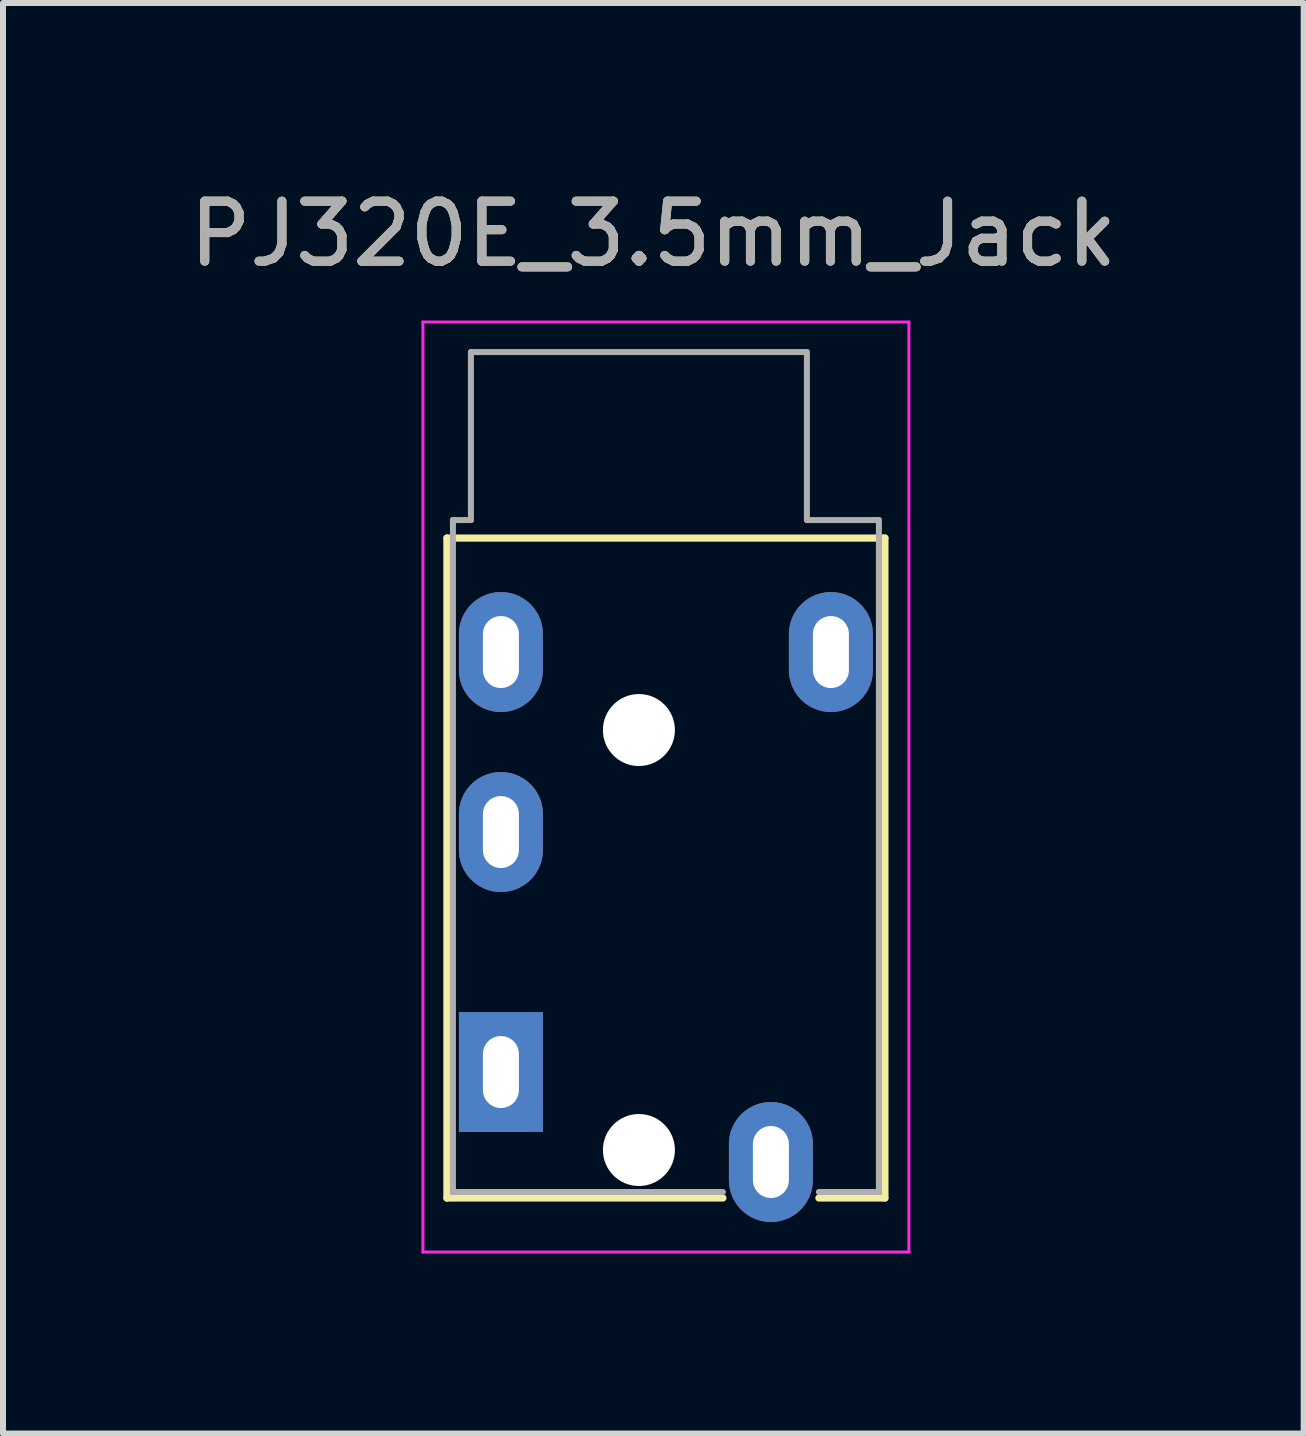
<source format=kicad_pcb>
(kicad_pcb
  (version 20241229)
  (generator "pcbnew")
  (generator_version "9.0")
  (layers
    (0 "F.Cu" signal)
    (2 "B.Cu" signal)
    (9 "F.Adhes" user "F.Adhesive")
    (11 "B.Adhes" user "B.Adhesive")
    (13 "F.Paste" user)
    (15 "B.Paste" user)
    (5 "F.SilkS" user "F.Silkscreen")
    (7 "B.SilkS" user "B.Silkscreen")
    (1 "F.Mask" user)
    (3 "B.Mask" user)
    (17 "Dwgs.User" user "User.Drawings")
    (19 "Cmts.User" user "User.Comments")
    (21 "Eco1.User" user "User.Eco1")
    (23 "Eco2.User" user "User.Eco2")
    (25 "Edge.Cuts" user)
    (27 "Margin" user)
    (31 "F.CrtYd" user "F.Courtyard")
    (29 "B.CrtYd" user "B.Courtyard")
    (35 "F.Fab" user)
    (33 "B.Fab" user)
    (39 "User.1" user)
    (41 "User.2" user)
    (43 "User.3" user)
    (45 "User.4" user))
  (footprint "PJ320E_3.5mm_Jack"
    (layer "F.Cu")
    (at 5.299 14.818)
    (property "Reference" "PJ320E_3.5mm_Jack" (at 2.54 -13.97 0) (layer "F.SilkS") (effects (font (size 1 1) (thickness 0.15))))
    (attr through_hole)
    (fp_line (start -0.9 -8.9) (end -0.9 2.1) (stroke (width 0.12) (type solid)) (layer "F.SilkS"))
    (fp_line (start -0.9 -8.9) (end 6.4 -8.9) (stroke (width 0.12) (type solid)) (layer "F.SilkS"))
    (fp_line (start -0.9 2.1) (end 3.7 2.1) (stroke (width 0.12) (type solid)) (layer "F.SilkS"))
    (fp_line (start 6.4 -8.9) (end 6.4 2.1) (stroke (width 0.12) (type solid)) (layer "F.SilkS"))
    (fp_line (start 6.4 2.1) (end 5.3 2.1) (stroke (width 0.12) (type solid)) (layer "F.SilkS"))
    (fp_line (start -1.3 -12.5) (end -1.3 3) (stroke (width 0.05) (type solid)) (layer "F.CrtYd"))
    (fp_line (start -1.3 -12.5) (end 6.8 -12.5) (stroke (width 0.05) (type solid)) (layer "F.CrtYd"))
    (fp_line (start -1.3 3) (end 6.8 3) (stroke (width 0.05) (type solid)) (layer "F.CrtYd"))
    (fp_line (start 6.8 -12.5) (end 6.8 3) (stroke (width 0.05) (type solid)) (layer "F.CrtYd"))
    (fp_line (start -0.8 -9.2) (end -0.5 -9.2) (stroke (width 0.1) (type solid)) (layer "F.Fab"))
    (fp_line (start -0.8 2) (end -0.8 -9.2) (stroke (width 0.1) (type solid)) (layer "F.Fab"))
    (fp_line (start -0.5 -12) (end 5.1 -12) (stroke (width 0.1) (type solid)) (layer "F.Fab"))
    (fp_line (start -0.5 -9.2) (end -0.5 -12) (stroke (width 0.1) (type solid)) (layer "F.Fab"))
    (fp_line (start 3.7 2) (end -0.8 2) (stroke (width 0.1) (type solid)) (layer "F.Fab"))
    (fp_line (start 5.1 -12) (end 5.1 -9.2) (stroke (width 0.1) (type solid)) (layer "F.Fab"))
    (fp_line (start 5.1 -9.2) (end 6.3 -9.2) (stroke (width 0.1) (type solid)) (layer "F.Fab"))
    (fp_line (start 6.3 -9.2) (end 6.3 2) (stroke (width 0.1) (type solid)) (layer "F.Fab"))
    (fp_line (start 6.3 2) (end 5.3 2) (stroke (width 0.1) (type solid)) (layer "F.Fab"))
    (fp_text user "${REFERENCE}" (at 2.54 -13.97 0) (layer "F.Fab") (effects (font (size 1 1) (thickness 0.15))))
    (pad "" np_thru_hole circle (at 2.3 -5.7 270) (size 1.2 1.2) (drill 1.2) (layers "*.Cu" "*.Mask"))
    (pad "" np_thru_hole circle (at 2.3 1.3 270) (size 1.2 1.2) (drill 1.2) (layers "*.Cu" "*.Mask"))
    (pad "1" thru_hole rect (at 0 0 270) (size 2 1.4) (drill oval 1.2 0.6) (layers "*.Cu" "*.Mask"))
    (pad "2" thru_hole oval (at 0 -4 270) (size 2 1.4) (drill oval 1.2 0.6) (layers "*.Cu" "*.Mask"))
    (pad "3" thru_hole oval (at 0 -7 270) (size 2 1.4) (drill oval 1.2 0.6) (layers "*.Cu" "*.Mask"))
    (pad "4" thru_hole oval (at 4.5 1.5 270) (size 2 1.4) (drill oval 1.2 0.6) (layers "*.Cu" "*.Mask"))
    (pad "5" thru_hole oval (at 5.5 -7 270) (size 2 1.4) (drill oval 1.2 0.6) (layers "*.Cu" "*.Mask")))
  (gr_rect
    (start -3 -3)
    (end 18.679 20.843)
    (stroke (width 0.1) (type default))
    (fill no)
    (layer "Edge.Cuts")))
</source>
